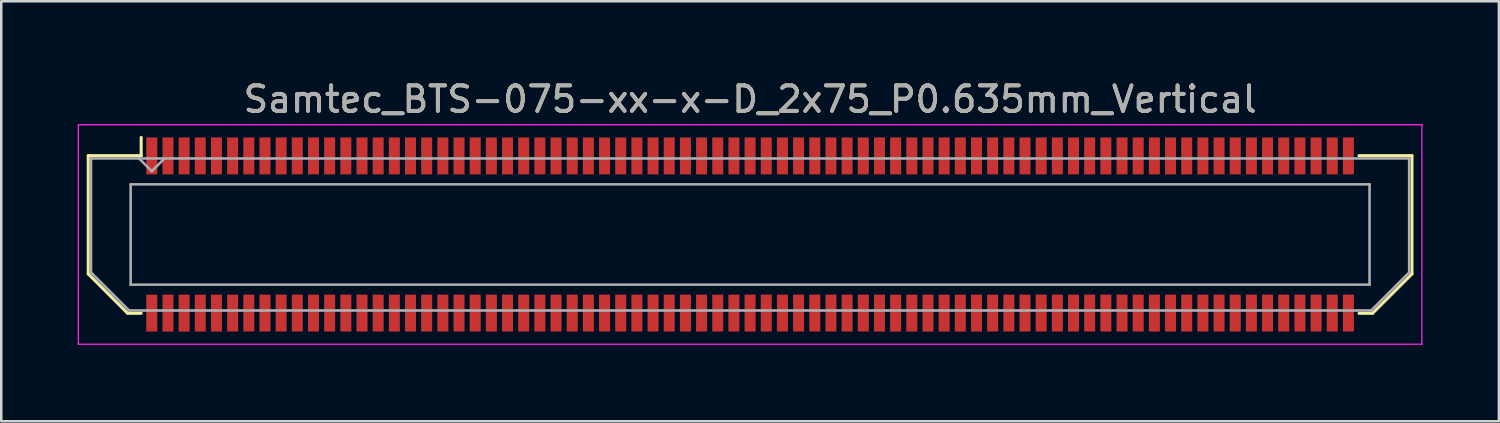
<source format=kicad_pcb>
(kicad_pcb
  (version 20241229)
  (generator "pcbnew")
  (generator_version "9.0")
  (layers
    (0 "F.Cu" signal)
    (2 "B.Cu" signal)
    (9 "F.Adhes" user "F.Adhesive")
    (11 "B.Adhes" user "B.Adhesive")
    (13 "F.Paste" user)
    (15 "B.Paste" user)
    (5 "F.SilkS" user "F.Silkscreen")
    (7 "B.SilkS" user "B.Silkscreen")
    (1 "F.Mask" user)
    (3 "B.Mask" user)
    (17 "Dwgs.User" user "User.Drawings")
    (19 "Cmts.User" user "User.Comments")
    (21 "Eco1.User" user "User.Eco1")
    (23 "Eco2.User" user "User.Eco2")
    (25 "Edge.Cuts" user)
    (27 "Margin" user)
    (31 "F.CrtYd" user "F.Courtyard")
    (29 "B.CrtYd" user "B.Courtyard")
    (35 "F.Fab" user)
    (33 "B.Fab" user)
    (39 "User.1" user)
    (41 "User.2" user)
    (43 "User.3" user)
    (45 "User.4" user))
  (footprint "Samtec_BTS-075-xx-x-D_2x75_P0.635mm_Vertical"
    (layer "F.Cu")
    (at 26.405 6.158)
    (property "Reference" "Samtec_BTS-075-xx-x-D_2x75_P0.635mm_Vertical" (at 0 -5.31 0) (layer "F.SilkS") (effects (font (size 1 1) (thickness 0.15))))
    (attr smd)
    (fp_line (start -25.99 -3.095) (end -25.99 1.548) (stroke (width 0.12) (type solid)) (layer "F.SilkS"))
    (fp_line (start -25.99 1.548) (end -24.442 3.095) (stroke (width 0.12) (type solid)) (layer "F.SilkS"))
    (fp_line (start -24.442 3.095) (end -23.911 3.095) (stroke (width 0.12) (type solid)) (layer "F.SilkS"))
    (fp_line (start -23.911 -3.811) (end -23.911 -3.095) (stroke (width 0.12) (type solid)) (layer "F.SilkS"))
    (fp_line (start -23.911 -3.095) (end -25.99 -3.095) (stroke (width 0.12) (type solid)) (layer "F.SilkS"))
    (fp_line (start 23.911 -3.095) (end 25.99 -3.095) (stroke (width 0.12) (type solid)) (layer "F.SilkS"))
    (fp_line (start 24.442 3.095) (end 23.911 3.095) (stroke (width 0.12) (type solid)) (layer "F.SilkS"))
    (fp_line (start 25.99 -3.095) (end 25.99 1.548) (stroke (width 0.12) (type solid)) (layer "F.SilkS"))
    (fp_line (start 25.99 1.548) (end 24.442 3.095) (stroke (width 0.12) (type solid)) (layer "F.SilkS"))
    (fp_line (start -26.38 -4.31) (end -26.38 4.31) (stroke (width 0.05) (type solid)) (layer "F.CrtYd"))
    (fp_line (start -26.38 4.31) (end 26.38 4.31) (stroke (width 0.05) (type solid)) (layer "F.CrtYd"))
    (fp_line (start 26.38 -4.31) (end -26.38 -4.31) (stroke (width 0.05) (type solid)) (layer "F.CrtYd"))
    (fp_line (start 26.38 4.31) (end 26.38 -4.31) (stroke (width 0.05) (type solid)) (layer "F.CrtYd"))
    (fp_line (start -25.88 -2.985) (end -25.88 1.492) (stroke (width 0.1) (type solid)) (layer "F.Fab"))
    (fp_line (start -25.88 -2.985) (end 25.88 -2.985) (stroke (width 0.1) (type solid)) (layer "F.Fab"))
    (fp_line (start -25.88 1.492) (end -24.387 2.985) (stroke (width 0.1) (type solid)) (layer "F.Fab"))
    (fp_line (start -24.387 2.985) (end 24.387 2.985) (stroke (width 0.1) (type solid)) (layer "F.Fab"))
    (fp_line (start -24.325 -1.97) (end -24.325 1.97) (stroke (width 0.1) (type solid)) (layer "F.Fab"))
    (fp_line (start -24.325 1.97) (end 24.325 1.97) (stroke (width 0.1) (type solid)) (layer "F.Fab"))
    (fp_line (start -23.495 -2.485) (end -23.995 -2.985) (stroke (width 0.1) (type solid)) (layer "F.Fab"))
    (fp_line (start -22.995 -2.985) (end -23.495 -2.485) (stroke (width 0.1) (type solid)) (layer "F.Fab"))
    (fp_line (start 24.325 -1.97) (end -24.325 -1.97) (stroke (width 0.1) (type solid)) (layer "F.Fab"))
    (fp_line (start 24.325 1.97) (end 24.325 -1.97) (stroke (width 0.1) (type solid)) (layer "F.Fab"))
    (fp_line (start 25.88 -2.985) (end 25.88 1.492) (stroke (width 0.1) (type solid)) (layer "F.Fab"))
    (fp_line (start 25.88 1.492) (end 24.387 2.985) (stroke (width 0.1) (type solid)) (layer "F.Fab"))
    (fp_text user "${REFERENCE}" (at 0 -5.31 0) (layer "F.Fab") (effects (font (size 1 1) (thickness 0.15))))
    (pad "1" smd rect (at -23.495 -3.086) (size 0.432 1.45) (layers "F.Cu" "F.Mask" "F.Paste"))
    (pad "2" smd rect (at -23.495 3.086) (size 0.432 1.45) (layers "F.Cu" "F.Mask" "F.Paste"))
    (pad "3" smd rect (at -22.86 -3.086) (size 0.432 1.45) (layers "F.Cu" "F.Mask" "F.Paste"))
    (pad "4" smd rect (at -22.86 3.086) (size 0.432 1.45) (layers "F.Cu" "F.Mask" "F.Paste"))
    (pad "5" smd rect (at -22.225 -3.086) (size 0.432 1.45) (layers "F.Cu" "F.Mask" "F.Paste"))
    (pad "6" smd rect (at -22.225 3.086) (size 0.432 1.45) (layers "F.Cu" "F.Mask" "F.Paste"))
    (pad "7" smd rect (at -21.59 -3.086) (size 0.432 1.45) (layers "F.Cu" "F.Mask" "F.Paste"))
    (pad "8" smd rect (at -21.59 3.086) (size 0.432 1.45) (layers "F.Cu" "F.Mask" "F.Paste"))
    (pad "9" smd rect (at -20.955 -3.086) (size 0.432 1.45) (layers "F.Cu" "F.Mask" "F.Paste"))
    (pad "10" smd rect (at -20.955 3.086) (size 0.432 1.45) (layers "F.Cu" "F.Mask" "F.Paste"))
    (pad "11" smd rect (at -20.32 -3.086) (size 0.432 1.45) (layers "F.Cu" "F.Mask" "F.Paste"))
    (pad "12" smd rect (at -20.32 3.086) (size 0.432 1.45) (layers "F.Cu" "F.Mask" "F.Paste"))
    (pad "13" smd rect (at -19.685 -3.086) (size 0.432 1.45) (layers "F.Cu" "F.Mask" "F.Paste"))
    (pad "14" smd rect (at -19.685 3.086) (size 0.432 1.45) (layers "F.Cu" "F.Mask" "F.Paste"))
    (pad "15" smd rect (at -19.05 -3.086) (size 0.432 1.45) (layers "F.Cu" "F.Mask" "F.Paste"))
    (pad "16" smd rect (at -19.05 3.086) (size 0.432 1.45) (layers "F.Cu" "F.Mask" "F.Paste"))
    (pad "17" smd rect (at -18.415 -3.086) (size 0.432 1.45) (layers "F.Cu" "F.Mask" "F.Paste"))
    (pad "18" smd rect (at -18.415 3.086) (size 0.432 1.45) (layers "F.Cu" "F.Mask" "F.Paste"))
    (pad "19" smd rect (at -17.78 -3.086) (size 0.432 1.45) (layers "F.Cu" "F.Mask" "F.Paste"))
    (pad "20" smd rect (at -17.78 3.086) (size 0.432 1.45) (layers "F.Cu" "F.Mask" "F.Paste"))
    (pad "21" smd rect (at -17.145 -3.086) (size 0.432 1.45) (layers "F.Cu" "F.Mask" "F.Paste"))
    (pad "22" smd rect (at -17.145 3.086) (size 0.432 1.45) (layers "F.Cu" "F.Mask" "F.Paste"))
    (pad "23" smd rect (at -16.51 -3.086) (size 0.432 1.45) (layers "F.Cu" "F.Mask" "F.Paste"))
    (pad "24" smd rect (at -16.51 3.086) (size 0.432 1.45) (layers "F.Cu" "F.Mask" "F.Paste"))
    (pad "25" smd rect (at -15.875 -3.086) (size 0.432 1.45) (layers "F.Cu" "F.Mask" "F.Paste"))
    (pad "26" smd rect (at -15.875 3.086) (size 0.432 1.45) (layers "F.Cu" "F.Mask" "F.Paste"))
    (pad "27" smd rect (at -15.24 -3.086) (size 0.432 1.45) (layers "F.Cu" "F.Mask" "F.Paste"))
    (pad "28" smd rect (at -15.24 3.086) (size 0.432 1.45) (layers "F.Cu" "F.Mask" "F.Paste"))
    (pad "29" smd rect (at -14.605 -3.086) (size 0.432 1.45) (layers "F.Cu" "F.Mask" "F.Paste"))
    (pad "30" smd rect (at -14.605 3.086) (size 0.432 1.45) (layers "F.Cu" "F.Mask" "F.Paste"))
    (pad "31" smd rect (at -13.97 -3.086) (size 0.432 1.45) (layers "F.Cu" "F.Mask" "F.Paste"))
    (pad "32" smd rect (at -13.97 3.086) (size 0.432 1.45) (layers "F.Cu" "F.Mask" "F.Paste"))
    (pad "33" smd rect (at -13.335 -3.086) (size 0.432 1.45) (layers "F.Cu" "F.Mask" "F.Paste"))
    (pad "34" smd rect (at -13.335 3.086) (size 0.432 1.45) (layers "F.Cu" "F.Mask" "F.Paste"))
    (pad "35" smd rect (at -12.7 -3.086) (size 0.432 1.45) (layers "F.Cu" "F.Mask" "F.Paste"))
    (pad "36" smd rect (at -12.7 3.086) (size 0.432 1.45) (layers "F.Cu" "F.Mask" "F.Paste"))
    (pad "37" smd rect (at -12.065 -3.086) (size 0.432 1.45) (layers "F.Cu" "F.Mask" "F.Paste"))
    (pad "38" smd rect (at -12.065 3.086) (size 0.432 1.45) (layers "F.Cu" "F.Mask" "F.Paste"))
    (pad "39" smd rect (at -11.43 -3.086) (size 0.432 1.45) (layers "F.Cu" "F.Mask" "F.Paste"))
    (pad "40" smd rect (at -11.43 3.086) (size 0.432 1.45) (layers "F.Cu" "F.Mask" "F.Paste"))
    (pad "41" smd rect (at -10.795 -3.086) (size 0.432 1.45) (layers "F.Cu" "F.Mask" "F.Paste"))
    (pad "42" smd rect (at -10.795 3.086) (size 0.432 1.45) (layers "F.Cu" "F.Mask" "F.Paste"))
    (pad "43" smd rect (at -10.16 -3.086) (size 0.432 1.45) (layers "F.Cu" "F.Mask" "F.Paste"))
    (pad "44" smd rect (at -10.16 3.086) (size 0.432 1.45) (layers "F.Cu" "F.Mask" "F.Paste"))
    (pad "45" smd rect (at -9.525 -3.086) (size 0.432 1.45) (layers "F.Cu" "F.Mask" "F.Paste"))
    (pad "46" smd rect (at -9.525 3.086) (size 0.432 1.45) (layers "F.Cu" "F.Mask" "F.Paste"))
    (pad "47" smd rect (at -8.89 -3.086) (size 0.432 1.45) (layers "F.Cu" "F.Mask" "F.Paste"))
    (pad "48" smd rect (at -8.89 3.086) (size 0.432 1.45) (layers "F.Cu" "F.Mask" "F.Paste"))
    (pad "49" smd rect (at -8.255 -3.086) (size 0.432 1.45) (layers "F.Cu" "F.Mask" "F.Paste"))
    (pad "50" smd rect (at -8.255 3.086) (size 0.432 1.45) (layers "F.Cu" "F.Mask" "F.Paste"))
    (pad "51" smd rect (at -7.62 -3.086) (size 0.432 1.45) (layers "F.Cu" "F.Mask" "F.Paste"))
    (pad "52" smd rect (at -7.62 3.086) (size 0.432 1.45) (layers "F.Cu" "F.Mask" "F.Paste"))
    (pad "53" smd rect (at -6.985 -3.086) (size 0.432 1.45) (layers "F.Cu" "F.Mask" "F.Paste"))
    (pad "54" smd rect (at -6.985 3.086) (size 0.432 1.45) (layers "F.Cu" "F.Mask" "F.Paste"))
    (pad "55" smd rect (at -6.35 -3.086) (size 0.432 1.45) (layers "F.Cu" "F.Mask" "F.Paste"))
    (pad "56" smd rect (at -6.35 3.086) (size 0.432 1.45) (layers "F.Cu" "F.Mask" "F.Paste"))
    (pad "57" smd rect (at -5.715 -3.086) (size 0.432 1.45) (layers "F.Cu" "F.Mask" "F.Paste"))
    (pad "58" smd rect (at -5.715 3.086) (size 0.432 1.45) (layers "F.Cu" "F.Mask" "F.Paste"))
    (pad "59" smd rect (at -5.08 -3.086) (size 0.432 1.45) (layers "F.Cu" "F.Mask" "F.Paste"))
    (pad "60" smd rect (at -5.08 3.086) (size 0.432 1.45) (layers "F.Cu" "F.Mask" "F.Paste"))
    (pad "61" smd rect (at -4.445 -3.086) (size 0.432 1.45) (layers "F.Cu" "F.Mask" "F.Paste"))
    (pad "62" smd rect (at -4.445 3.086) (size 0.432 1.45) (layers "F.Cu" "F.Mask" "F.Paste"))
    (pad "63" smd rect (at -3.81 -3.086) (size 0.432 1.45) (layers "F.Cu" "F.Mask" "F.Paste"))
    (pad "64" smd rect (at -3.81 3.086) (size 0.432 1.45) (layers "F.Cu" "F.Mask" "F.Paste"))
    (pad "65" smd rect (at -3.175 -3.086) (size 0.432 1.45) (layers "F.Cu" "F.Mask" "F.Paste"))
    (pad "66" smd rect (at -3.175 3.086) (size 0.432 1.45) (layers "F.Cu" "F.Mask" "F.Paste"))
    (pad "67" smd rect (at -2.54 -3.086) (size 0.432 1.45) (layers "F.Cu" "F.Mask" "F.Paste"))
    (pad "68" smd rect (at -2.54 3.086) (size 0.432 1.45) (layers "F.Cu" "F.Mask" "F.Paste"))
    (pad "69" smd rect (at -1.905 -3.086) (size 0.432 1.45) (layers "F.Cu" "F.Mask" "F.Paste"))
    (pad "70" smd rect (at -1.905 3.086) (size 0.432 1.45) (layers "F.Cu" "F.Mask" "F.Paste"))
    (pad "71" smd rect (at -1.27 -3.086) (size 0.432 1.45) (layers "F.Cu" "F.Mask" "F.Paste"))
    (pad "72" smd rect (at -1.27 3.086) (size 0.432 1.45) (layers "F.Cu" "F.Mask" "F.Paste"))
    (pad "73" smd rect (at -0.635 -3.086) (size 0.432 1.45) (layers "F.Cu" "F.Mask" "F.Paste"))
    (pad "74" smd rect (at -0.635 3.086) (size 0.432 1.45) (layers "F.Cu" "F.Mask" "F.Paste"))
    (pad "75" smd rect (at 0 -3.086) (size 0.432 1.45) (layers "F.Cu" "F.Mask" "F.Paste"))
    (pad "76" smd rect (at 0 3.086) (size 0.432 1.45) (layers "F.Cu" "F.Mask" "F.Paste"))
    (pad "77" smd rect (at 0.635 -3.086) (size 0.432 1.45) (layers "F.Cu" "F.Mask" "F.Paste"))
    (pad "78" smd rect (at 0.635 3.086) (size 0.432 1.45) (layers "F.Cu" "F.Mask" "F.Paste"))
    (pad "79" smd rect (at 1.27 -3.086) (size 0.432 1.45) (layers "F.Cu" "F.Mask" "F.Paste"))
    (pad "80" smd rect (at 1.27 3.086) (size 0.432 1.45) (layers "F.Cu" "F.Mask" "F.Paste"))
    (pad "81" smd rect (at 1.905 -3.086) (size 0.432 1.45) (layers "F.Cu" "F.Mask" "F.Paste"))
    (pad "82" smd rect (at 1.905 3.086) (size 0.432 1.45) (layers "F.Cu" "F.Mask" "F.Paste"))
    (pad "83" smd rect (at 2.54 -3.086) (size 0.432 1.45) (layers "F.Cu" "F.Mask" "F.Paste"))
    (pad "84" smd rect (at 2.54 3.086) (size 0.432 1.45) (layers "F.Cu" "F.Mask" "F.Paste"))
    (pad "85" smd rect (at 3.175 -3.086) (size 0.432 1.45) (layers "F.Cu" "F.Mask" "F.Paste"))
    (pad "86" smd rect (at 3.175 3.086) (size 0.432 1.45) (layers "F.Cu" "F.Mask" "F.Paste"))
    (pad "87" smd rect (at 3.81 -3.086) (size 0.432 1.45) (layers "F.Cu" "F.Mask" "F.Paste"))
    (pad "88" smd rect (at 3.81 3.086) (size 0.432 1.45) (layers "F.Cu" "F.Mask" "F.Paste"))
    (pad "89" smd rect (at 4.445 -3.086) (size 0.432 1.45) (layers "F.Cu" "F.Mask" "F.Paste"))
    (pad "90" smd rect (at 4.445 3.086) (size 0.432 1.45) (layers "F.Cu" "F.Mask" "F.Paste"))
    (pad "91" smd rect (at 5.08 -3.086) (size 0.432 1.45) (layers "F.Cu" "F.Mask" "F.Paste"))
    (pad "92" smd rect (at 5.08 3.086) (size 0.432 1.45) (layers "F.Cu" "F.Mask" "F.Paste"))
    (pad "93" smd rect (at 5.715 -3.086) (size 0.432 1.45) (layers "F.Cu" "F.Mask" "F.Paste"))
    (pad "94" smd rect (at 5.715 3.086) (size 0.432 1.45) (layers "F.Cu" "F.Mask" "F.Paste"))
    (pad "95" smd rect (at 6.35 -3.086) (size 0.432 1.45) (layers "F.Cu" "F.Mask" "F.Paste"))
    (pad "96" smd rect (at 6.35 3.086) (size 0.432 1.45) (layers "F.Cu" "F.Mask" "F.Paste"))
    (pad "97" smd rect (at 6.985 -3.086) (size 0.432 1.45) (layers "F.Cu" "F.Mask" "F.Paste"))
    (pad "98" smd rect (at 6.985 3.086) (size 0.432 1.45) (layers "F.Cu" "F.Mask" "F.Paste"))
    (pad "99" smd rect (at 7.62 -3.086) (size 0.432 1.45) (layers "F.Cu" "F.Mask" "F.Paste"))
    (pad "100" smd rect (at 7.62 3.086) (size 0.432 1.45) (layers "F.Cu" "F.Mask" "F.Paste"))
    (pad "101" smd rect (at 8.255 -3.086) (size 0.432 1.45) (layers "F.Cu" "F.Mask" "F.Paste"))
    (pad "102" smd rect (at 8.255 3.086) (size 0.432 1.45) (layers "F.Cu" "F.Mask" "F.Paste"))
    (pad "103" smd rect (at 8.89 -3.086) (size 0.432 1.45) (layers "F.Cu" "F.Mask" "F.Paste"))
    (pad "104" smd rect (at 8.89 3.086) (size 0.432 1.45) (layers "F.Cu" "F.Mask" "F.Paste"))
    (pad "105" smd rect (at 9.525 -3.086) (size 0.432 1.45) (layers "F.Cu" "F.Mask" "F.Paste"))
    (pad "106" smd rect (at 9.525 3.086) (size 0.432 1.45) (layers "F.Cu" "F.Mask" "F.Paste"))
    (pad "107" smd rect (at 10.16 -3.086) (size 0.432 1.45) (layers "F.Cu" "F.Mask" "F.Paste"))
    (pad "108" smd rect (at 10.16 3.086) (size 0.432 1.45) (layers "F.Cu" "F.Mask" "F.Paste"))
    (pad "109" smd rect (at 10.795 -3.086) (size 0.432 1.45) (layers "F.Cu" "F.Mask" "F.Paste"))
    (pad "110" smd rect (at 10.795 3.086) (size 0.432 1.45) (layers "F.Cu" "F.Mask" "F.Paste"))
    (pad "111" smd rect (at 11.43 -3.086) (size 0.432 1.45) (layers "F.Cu" "F.Mask" "F.Paste"))
    (pad "112" smd rect (at 11.43 3.086) (size 0.432 1.45) (layers "F.Cu" "F.Mask" "F.Paste"))
    (pad "113" smd rect (at 12.065 -3.086) (size 0.432 1.45) (layers "F.Cu" "F.Mask" "F.Paste"))
    (pad "114" smd rect (at 12.065 3.086) (size 0.432 1.45) (layers "F.Cu" "F.Mask" "F.Paste"))
    (pad "115" smd rect (at 12.7 -3.086) (size 0.432 1.45) (layers "F.Cu" "F.Mask" "F.Paste"))
    (pad "116" smd rect (at 12.7 3.086) (size 0.432 1.45) (layers "F.Cu" "F.Mask" "F.Paste"))
    (pad "117" smd rect (at 13.335 -3.086) (size 0.432 1.45) (layers "F.Cu" "F.Mask" "F.Paste"))
    (pad "118" smd rect (at 13.335 3.086) (size 0.432 1.45) (layers "F.Cu" "F.Mask" "F.Paste"))
    (pad "119" smd rect (at 13.97 -3.086) (size 0.432 1.45) (layers "F.Cu" "F.Mask" "F.Paste"))
    (pad "120" smd rect (at 13.97 3.086) (size 0.432 1.45) (layers "F.Cu" "F.Mask" "F.Paste"))
    (pad "121" smd rect (at 14.605 -3.086) (size 0.432 1.45) (layers "F.Cu" "F.Mask" "F.Paste"))
    (pad "122" smd rect (at 14.605 3.086) (size 0.432 1.45) (layers "F.Cu" "F.Mask" "F.Paste"))
    (pad "123" smd rect (at 15.24 -3.086) (size 0.432 1.45) (layers "F.Cu" "F.Mask" "F.Paste"))
    (pad "124" smd rect (at 15.24 3.086) (size 0.432 1.45) (layers "F.Cu" "F.Mask" "F.Paste"))
    (pad "125" smd rect (at 15.875 -3.086) (size 0.432 1.45) (layers "F.Cu" "F.Mask" "F.Paste"))
    (pad "126" smd rect (at 15.875 3.086) (size 0.432 1.45) (layers "F.Cu" "F.Mask" "F.Paste"))
    (pad "127" smd rect (at 16.51 -3.086) (size 0.432 1.45) (layers "F.Cu" "F.Mask" "F.Paste"))
    (pad "128" smd rect (at 16.51 3.086) (size 0.432 1.45) (layers "F.Cu" "F.Mask" "F.Paste"))
    (pad "129" smd rect (at 17.145 -3.086) (size 0.432 1.45) (layers "F.Cu" "F.Mask" "F.Paste"))
    (pad "130" smd rect (at 17.145 3.086) (size 0.432 1.45) (layers "F.Cu" "F.Mask" "F.Paste"))
    (pad "131" smd rect (at 17.78 -3.086) (size 0.432 1.45) (layers "F.Cu" "F.Mask" "F.Paste"))
    (pad "132" smd rect (at 17.78 3.086) (size 0.432 1.45) (layers "F.Cu" "F.Mask" "F.Paste"))
    (pad "133" smd rect (at 18.415 -3.086) (size 0.432 1.45) (layers "F.Cu" "F.Mask" "F.Paste"))
    (pad "134" smd rect (at 18.415 3.086) (size 0.432 1.45) (layers "F.Cu" "F.Mask" "F.Paste"))
    (pad "135" smd rect (at 19.05 -3.086) (size 0.432 1.45) (layers "F.Cu" "F.Mask" "F.Paste"))
    (pad "136" smd rect (at 19.05 3.086) (size 0.432 1.45) (layers "F.Cu" "F.Mask" "F.Paste"))
    (pad "137" smd rect (at 19.685 -3.086) (size 0.432 1.45) (layers "F.Cu" "F.Mask" "F.Paste"))
    (pad "138" smd rect (at 19.685 3.086) (size 0.432 1.45) (layers "F.Cu" "F.Mask" "F.Paste"))
    (pad "139" smd rect (at 20.32 -3.086) (size 0.432 1.45) (layers "F.Cu" "F.Mask" "F.Paste"))
    (pad "140" smd rect (at 20.32 3.086) (size 0.432 1.45) (layers "F.Cu" "F.Mask" "F.Paste"))
    (pad "141" smd rect (at 20.955 -3.086) (size 0.432 1.45) (layers "F.Cu" "F.Mask" "F.Paste"))
    (pad "142" smd rect (at 20.955 3.086) (size 0.432 1.45) (layers "F.Cu" "F.Mask" "F.Paste"))
    (pad "143" smd rect (at 21.59 -3.086) (size 0.432 1.45) (layers "F.Cu" "F.Mask" "F.Paste"))
    (pad "144" smd rect (at 21.59 3.086) (size 0.432 1.45) (layers "F.Cu" "F.Mask" "F.Paste"))
    (pad "145" smd rect (at 22.225 -3.086) (size 0.432 1.45) (layers "F.Cu" "F.Mask" "F.Paste"))
    (pad "146" smd rect (at 22.225 3.086) (size 0.432 1.45) (layers "F.Cu" "F.Mask" "F.Paste"))
    (pad "147" smd rect (at 22.86 -3.086) (size 0.432 1.45) (layers "F.Cu" "F.Mask" "F.Paste"))
    (pad "148" smd rect (at 22.86 3.086) (size 0.432 1.45) (layers "F.Cu" "F.Mask" "F.Paste"))
    (pad "149" smd rect (at 23.495 -3.086) (size 0.432 1.45) (layers "F.Cu" "F.Mask" "F.Paste"))
    (pad "150" smd rect (at 23.495 3.086) (size 0.432 1.45) (layers "F.Cu" "F.Mask" "F.Paste")))
  (gr_rect
    (start -3 -3)
    (end 55.81 13.493)
    (stroke (width 0.1) (type default))
    (fill no)
    (layer "Edge.Cuts")))
</source>
